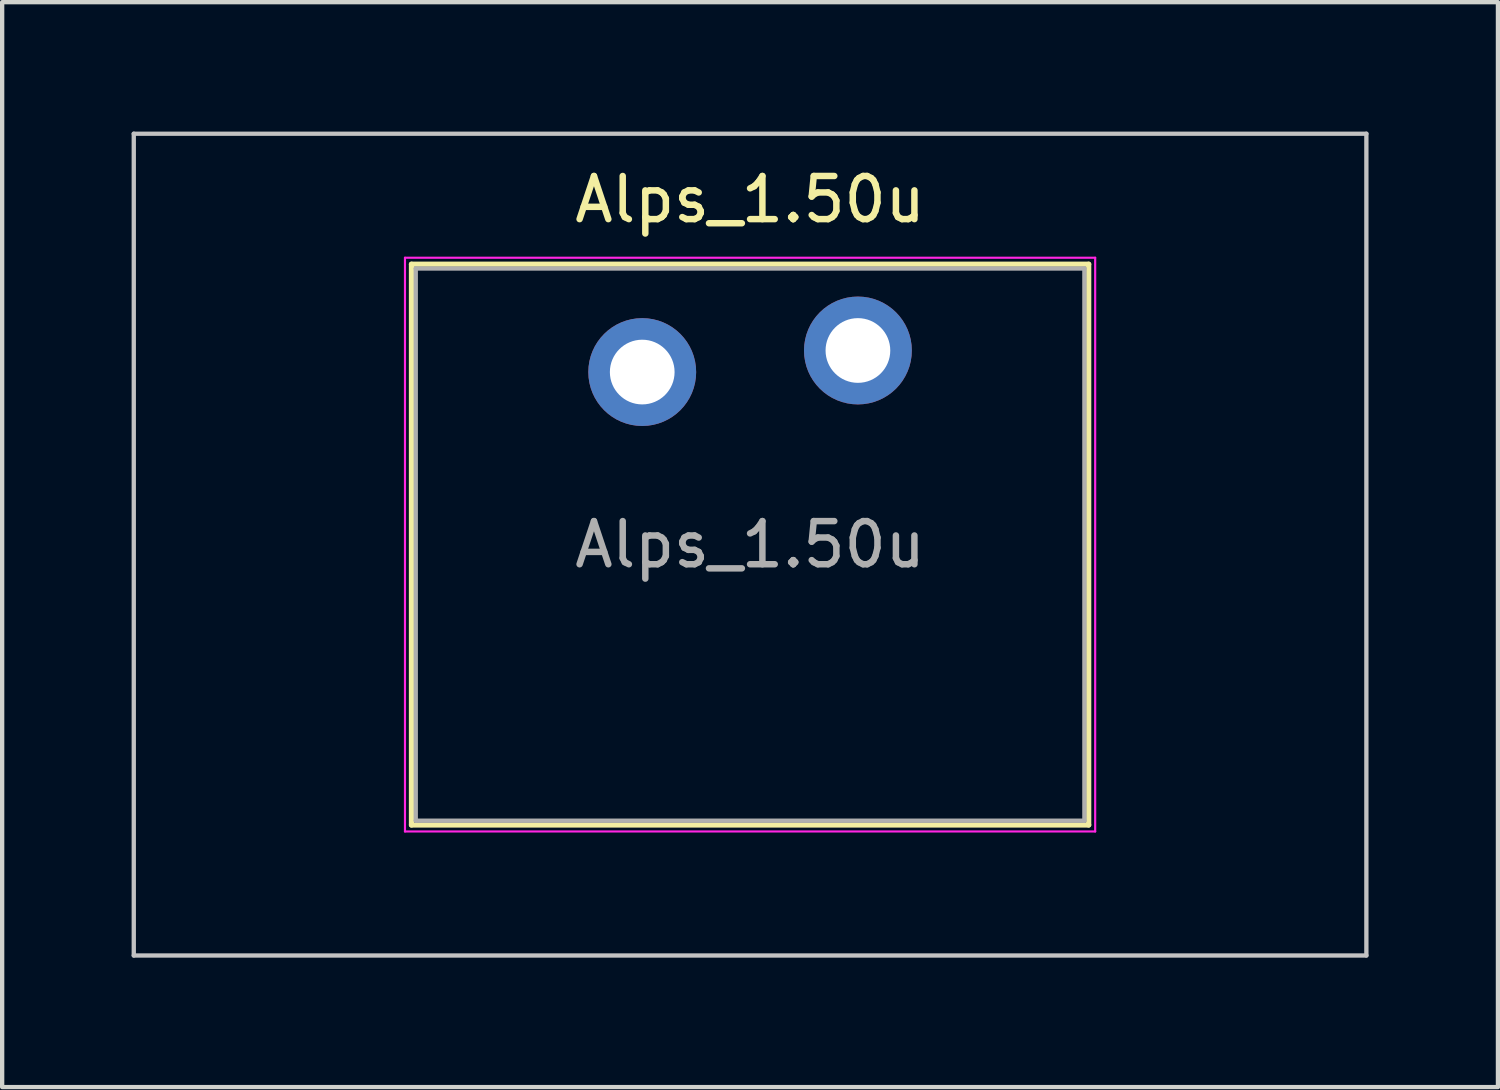
<source format=kicad_pcb>
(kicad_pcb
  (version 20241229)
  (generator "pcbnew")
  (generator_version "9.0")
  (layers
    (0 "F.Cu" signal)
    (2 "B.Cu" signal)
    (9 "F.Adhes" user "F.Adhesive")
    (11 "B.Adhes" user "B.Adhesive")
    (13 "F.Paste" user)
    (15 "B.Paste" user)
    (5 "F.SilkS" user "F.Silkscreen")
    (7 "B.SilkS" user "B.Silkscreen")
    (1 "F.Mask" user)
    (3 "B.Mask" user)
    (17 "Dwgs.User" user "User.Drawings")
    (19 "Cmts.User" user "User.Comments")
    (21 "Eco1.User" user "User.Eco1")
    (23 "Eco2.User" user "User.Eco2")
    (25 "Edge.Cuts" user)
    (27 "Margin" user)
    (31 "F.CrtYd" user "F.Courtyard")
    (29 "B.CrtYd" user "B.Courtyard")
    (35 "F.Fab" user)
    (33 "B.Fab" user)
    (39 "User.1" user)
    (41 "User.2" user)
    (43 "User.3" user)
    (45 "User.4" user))
  (footprint "Alps_1.50u"
    (layer "F.Cu")
    (at 14.338 9.575)
    (property "Reference" "Alps_1.50u" (at 0 -8 0) (layer "F.SilkS") (effects (font (size 1 1) (thickness 0.15))))
    (attr through_hole)
    (fp_line (start -7.85 -6.5) (end -7.85 6.5) (stroke (width 0.12) (type solid)) (layer "F.SilkS"))
    (fp_line (start -7.85 6.5) (end 7.85 6.5) (stroke (width 0.12) (type solid)) (layer "F.SilkS"))
    (fp_line (start 7.85 -6.5) (end -7.85 -6.5) (stroke (width 0.12) (type solid)) (layer "F.SilkS"))
    (fp_line (start 7.85 6.5) (end 7.85 -6.5) (stroke (width 0.12) (type solid)) (layer "F.SilkS"))
    (fp_line (start -14.287 -9.525) (end -14.287 9.525) (stroke (width 0.1) (type solid)) (layer "Dwgs.User"))
    (fp_line (start -14.287 9.525) (end 14.287 9.525) (stroke (width 0.1) (type solid)) (layer "Dwgs.User"))
    (fp_line (start 14.287 -9.525) (end -14.287 -9.525) (stroke (width 0.1) (type solid)) (layer "Dwgs.User"))
    (fp_line (start 14.287 9.525) (end 14.287 -9.525) (stroke (width 0.1) (type solid)) (layer "Dwgs.User"))
    (fp_line (start -7.75 -6.4) (end -7.75 6.4) (stroke (width 0.1) (type solid)) (layer "Eco1.User"))
    (fp_line (start -7.75 6.4) (end 7.75 6.4) (stroke (width 0.1) (type solid)) (layer "Eco1.User"))
    (fp_line (start 7.75 -6.4) (end -7.75 -6.4) (stroke (width 0.1) (type solid)) (layer "Eco1.User"))
    (fp_line (start 7.75 6.4) (end 7.75 -6.4) (stroke (width 0.1) (type solid)) (layer "Eco1.User"))
    (fp_line (start -8 -6.65) (end -8 6.65) (stroke (width 0.05) (type solid)) (layer "F.CrtYd"))
    (fp_line (start -8 6.65) (end 8 6.65) (stroke (width 0.05) (type solid)) (layer "F.CrtYd"))
    (fp_line (start 8 -6.65) (end -8 -6.65) (stroke (width 0.05) (type solid)) (layer "F.CrtYd"))
    (fp_line (start 8 6.65) (end 8 -6.65) (stroke (width 0.05) (type solid)) (layer "F.CrtYd"))
    (fp_line (start -7.75 -6.4) (end -7.75 6.4) (stroke (width 0.1) (type solid)) (layer "F.Fab"))
    (fp_line (start -7.75 6.4) (end 7.75 6.4) (stroke (width 0.1) (type solid)) (layer "F.Fab"))
    (fp_line (start 7.75 -6.4) (end -7.75 -6.4) (stroke (width 0.1) (type solid)) (layer "F.Fab"))
    (fp_line (start 7.75 6.4) (end 7.75 -6.4) (stroke (width 0.1) (type solid)) (layer "F.Fab"))
    (fp_text user "${REFERENCE}" (at 0 0 0) (layer "F.Fab") (effects (font (size 1 1) (thickness 0.15))))
    (pad "1" thru_hole circle (at -2.5 -4) (size 2.5 2.5) (drill 1.5) (layers "*.Cu" "*.Mask"))
    (pad "2" thru_hole circle (at 2.5 -4.5) (size 2.5 2.5) (drill 1.5) (layers "*.Cu" "*.Mask")))
  (gr_rect
    (start -3 -3)
    (end 31.675 22.15)
    (stroke (width 0.1) (type default))
    (fill no)
    (layer "Edge.Cuts")))
</source>
